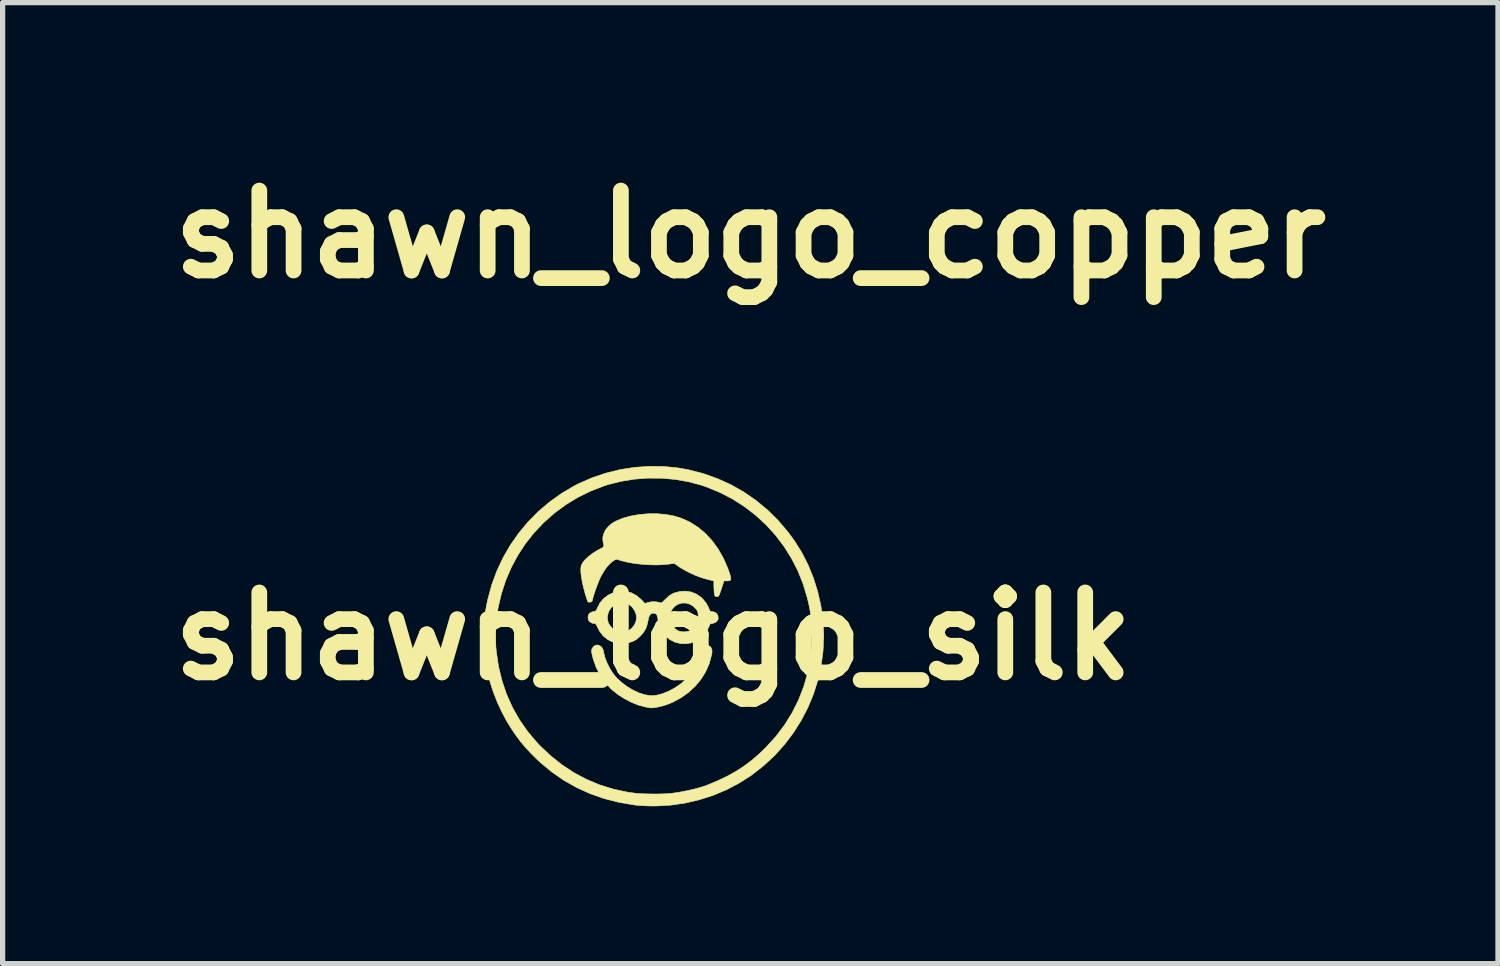
<source format=kicad_pcb>
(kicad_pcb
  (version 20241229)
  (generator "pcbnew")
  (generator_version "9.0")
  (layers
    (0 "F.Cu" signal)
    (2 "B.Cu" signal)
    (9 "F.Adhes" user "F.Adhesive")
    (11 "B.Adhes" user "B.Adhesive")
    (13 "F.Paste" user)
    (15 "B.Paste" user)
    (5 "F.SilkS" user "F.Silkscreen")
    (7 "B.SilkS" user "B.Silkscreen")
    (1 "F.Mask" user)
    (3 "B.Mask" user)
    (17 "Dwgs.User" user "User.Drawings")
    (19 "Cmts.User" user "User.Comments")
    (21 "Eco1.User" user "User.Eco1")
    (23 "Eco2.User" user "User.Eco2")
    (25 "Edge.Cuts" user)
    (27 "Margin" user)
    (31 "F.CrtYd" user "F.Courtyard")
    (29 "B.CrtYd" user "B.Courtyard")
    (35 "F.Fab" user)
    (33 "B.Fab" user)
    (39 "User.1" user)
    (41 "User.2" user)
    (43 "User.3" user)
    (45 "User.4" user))
  (footprint "shawn_logo_silk"
    (layer "F.Cu")
    (at 9.405 9.081)
    (property "Reference" "shawn_logo_silk" (at 0 0 0) (layer "F.SilkS") (effects (font (size 1.524 1.524) (thickness 0.3))))
    (attr through_hole)
    (fp_poly (pts (xy 1.054 0.176) (xy 1.095 0.205) (xy 1.111 0.232) (xy 1.12 0.259) (xy 1.122 0.288) (xy 1.118 0.328) (xy 1.111 0.362) (xy 1.068 0.523) (xy 1.001 0.675) (xy 0.913 0.818) (xy 0.805 0.949) (xy 0.678 1.067) (xy 0.535 1.17) (xy 0.376 1.256) (xy 0.344 1.27) (xy 0.261 1.303) (xy 0.175 1.33) (xy 0.092 1.35) (xy 0.017 1.363) (xy -0.043 1.367) (xy -0.07 1.364) (xy -0.096 1.359) (xy -0.137 1.351) (xy -0.165 1.345) (xy -0.284 1.313) (xy -0.411 1.262) (xy -0.541 1.195) (xy -0.667 1.116) (xy -0.796 1.012) (xy -0.91 0.889) (xy -1.007 0.751) (xy -1.086 0.599) (xy -1.144 0.437) (xy -1.162 0.366) (xy -1.172 0.316) (xy -1.177 0.283) (xy -1.175 0.26) (xy -1.167 0.239) (xy -1.162 0.229) (xy -1.129 0.188) (xy -1.087 0.168) (xy -1.041 0.17) (xy -0.997 0.195) (xy -0.991 0.2) (xy -0.969 0.229) (xy -0.953 0.267) (xy -0.941 0.323) (xy -0.941 0.324) (xy -0.917 0.416) (xy -0.878 0.515) (xy -0.826 0.616) (xy -0.766 0.71) (xy -0.701 0.79) (xy -0.697 0.794) (xy -0.602 0.882) (xy -0.497 0.961) (xy -0.385 1.027) (xy -0.272 1.08) (xy -0.161 1.115) (xy -0.057 1.132) (xy -0.025 1.133) (xy 0.073 1.123) (xy 0.181 1.094) (xy 0.294 1.048) (xy 0.406 0.988) (xy 0.515 0.915) (xy 0.587 0.856) (xy 0.66 0.781) (xy 0.729 0.689) (xy 0.791 0.588) (xy 0.842 0.484) (xy 0.879 0.382) (xy 0.897 0.299) (xy 0.912 0.247) (xy 0.938 0.203) (xy 0.971 0.174) (xy 1.001 0.165) (xy 1.054 0.176)) (stroke (width 0.01) (type solid)) (fill yes) (layer "F.SilkS"))
    (fp_poly (pts (xy 0.237 -2.322) (xy 0.393 -2.294) (xy 0.532 -2.252) (xy 0.698 -2.177) (xy 0.852 -2.079) (xy 0.994 -1.961) (xy 1.123 -1.822) (xy 1.238 -1.664) (xy 1.338 -1.488) (xy 1.422 -1.295) (xy 1.443 -1.237) (xy 1.466 -1.167) (xy 1.478 -1.118) (xy 1.479 -1.085) (xy 1.468 -1.066) (xy 1.445 -1.057) (xy 1.408 -1.054) (xy 1.403 -1.054) (xy 1.348 -1.054) (xy 1.3 -0.905) (xy 1.279 -0.843) (xy 1.264 -0.801) (xy 1.252 -0.775) (xy 1.241 -0.762) (xy 1.229 -0.756) (xy 1.213 -0.756) (xy 1.188 -0.758) (xy 1.175 -0.771) (xy 1.167 -0.801) (xy 1.166 -0.806) (xy 1.162 -0.845) (xy 1.158 -0.898) (xy 1.156 -0.953) (xy 1.156 -0.955) (xy 1.156 -1.053) (xy 1.108 -1.066) (xy 1.066 -1.076) (xy 1.016 -1.089) (xy 0.997 -1.094) (xy 0.906 -1.121) (xy 0.803 -1.161) (xy 0.697 -1.209) (xy 0.595 -1.262) (xy 0.507 -1.315) (xy 0.484 -1.331) (xy 0.403 -1.388) (xy 0.292 -1.374) (xy 0.172 -1.363) (xy 0.039 -1.359) (xy -0.099 -1.363) (xy -0.239 -1.374) (xy -0.374 -1.39) (xy -0.5 -1.413) (xy -0.61 -1.44) (xy -0.687 -1.466) (xy -0.712 -1.464) (xy -0.749 -1.446) (xy -0.792 -1.414) (xy -0.837 -1.372) (xy -0.88 -1.325) (xy -0.893 -1.308) (xy -0.93 -1.255) (xy -0.969 -1.191) (xy -1.003 -1.13) (xy -1.006 -1.124) (xy -1.027 -1.077) (xy -1.051 -1.018) (xy -1.076 -0.952) (xy -1.101 -0.884) (xy -1.123 -0.819) (xy -1.141 -0.763) (xy -1.152 -0.721) (xy -1.156 -0.7) (xy -1.164 -0.672) (xy -1.171 -0.663) (xy -1.195 -0.651) (xy -1.224 -0.649) (xy -1.246 -0.657) (xy -1.251 -0.664) (xy -1.291 -0.787) (xy -1.324 -0.908) (xy -1.351 -1.022) (xy -1.369 -1.126) (xy -1.38 -1.217) (xy -1.381 -1.291) (xy -1.374 -1.345) (xy -1.373 -1.345) (xy -1.346 -1.401) (xy -1.298 -1.461) (xy -1.231 -1.523) (xy -1.15 -1.584) (xy -1.057 -1.642) (xy -1.005 -1.669) (xy -0.967 -1.689) (xy -0.948 -1.704) (xy -0.942 -1.72) (xy -0.945 -1.742) (xy -0.946 -1.744) (xy -0.958 -1.809) (xy -0.962 -1.859) (xy -0.958 -1.903) (xy -0.945 -1.952) (xy -0.911 -2.024) (xy -0.855 -2.093) (xy -0.784 -2.154) (xy -0.716 -2.194) (xy -0.582 -2.25) (xy -0.431 -2.292) (xy -0.268 -2.321) (xy -0.099 -2.335) (xy 0.071 -2.336) (xy 0.237 -2.322)) (stroke (width 0.01) (type solid)) (fill yes) (layer "F.SilkS"))
    (fp_poly (pts (xy 0.727 -0.843) (xy 0.826 -0.802) (xy 0.915 -0.74) (xy 0.947 -0.709) (xy 1.013 -0.627) (xy 1.057 -0.543) (xy 1.066 -0.518) (xy 1.079 -0.486) (xy 1.095 -0.473) (xy 1.123 -0.47) (xy 1.173 -0.459) (xy 1.212 -0.43) (xy 1.235 -0.388) (xy 1.239 -0.339) (xy 1.233 -0.314) (xy 1.209 -0.281) (xy 1.169 -0.255) (xy 1.123 -0.242) (xy 1.113 -0.241) (xy 1.09 -0.236) (xy 1.075 -0.216) (xy 1.067 -0.194) (xy 1.04 -0.135) (xy 1 -0.07) (xy 0.951 -0.01) (xy 0.907 0.032) (xy 0.816 0.092) (xy 0.717 0.129) (xy 0.614 0.144) (xy 0.512 0.138) (xy 0.412 0.112) (xy 0.32 0.065) (xy 0.237 -0.001) (xy 0.168 -0.087) (xy 0.16 -0.1) (xy 0.138 -0.141) (xy 0.12 -0.185) (xy 0.106 -0.238) (xy 0.092 -0.306) (xy 0.084 -0.358) (xy 0.318 -0.358) (xy 0.319 -0.306) (xy 0.327 -0.269) (xy 0.342 -0.234) (xy 0.354 -0.214) (xy 0.407 -0.149) (xy 0.469 -0.106) (xy 0.516 -0.09) (xy 0.585 -0.083) (xy 0.657 -0.091) (xy 0.722 -0.113) (xy 0.739 -0.122) (xy 0.776 -0.152) (xy 0.812 -0.192) (xy 0.822 -0.206) (xy 0.84 -0.236) (xy 0.851 -0.264) (xy 0.856 -0.3) (xy 0.857 -0.351) (xy 0.857 -0.362) (xy 0.856 -0.415) (xy 0.853 -0.451) (xy 0.844 -0.478) (xy 0.829 -0.503) (xy 0.821 -0.513) (xy 0.762 -0.573) (xy 0.693 -0.613) (xy 0.618 -0.633) (xy 0.543 -0.632) (xy 0.47 -0.609) (xy 0.418 -0.575) (xy 0.364 -0.519) (xy 0.331 -0.457) (xy 0.318 -0.384) (xy 0.318 -0.358) (xy 0.084 -0.358) (xy 0.082 -0.372) (xy 0.066 -0.414) (xy 0.034 -0.437) (xy -0.011 -0.439) (xy -0.021 -0.437) (xy -0.049 -0.423) (xy -0.071 -0.396) (xy -0.088 -0.351) (xy -0.101 -0.286) (xy -0.114 -0.229) (xy -0.132 -0.171) (xy -0.148 -0.133) (xy -0.192 -0.064) (xy -0.251 0.002) (xy -0.316 0.057) (xy -0.36 0.085) (xy -0.399 0.101) (xy -0.449 0.118) (xy -0.503 0.133) (xy -0.553 0.145) (xy -0.591 0.15) (xy -0.603 0.15) (xy -0.625 0.147) (xy -0.648 0.144) (xy -0.765 0.114) (xy -0.867 0.064) (xy -0.954 -0.006) (xy -1.024 -0.095) (xy -1.077 -0.203) (xy -1.079 -0.206) (xy -1.097 -0.234) (xy -1.115 -0.241) (xy -1.162 -0.249) (xy -1.203 -0.27) (xy -1.229 -0.298) (xy -1.23 -0.3) (xy -1.235 -0.32) (xy -0.873 -0.32) (xy -0.853 -0.248) (xy -0.825 -0.203) (xy -0.786 -0.159) (xy -0.743 -0.122) (xy -0.702 -0.098) (xy -0.689 -0.094) (xy -0.659 -0.087) (xy -0.641 -0.082) (xy -0.616 -0.08) (xy -0.576 -0.083) (xy -0.53 -0.091) (xy -0.489 -0.101) (xy -0.467 -0.11) (xy -0.408 -0.153) (xy -0.361 -0.213) (xy -0.329 -0.284) (xy -0.318 -0.356) (xy -0.329 -0.426) (xy -0.359 -0.495) (xy -0.403 -0.556) (xy -0.442 -0.59) (xy -0.474 -0.61) (xy -0.502 -0.622) (xy -0.537 -0.627) (xy -0.587 -0.629) (xy -0.595 -0.629) (xy -0.647 -0.628) (xy -0.684 -0.623) (xy -0.713 -0.612) (xy -0.745 -0.593) (xy -0.749 -0.59) (xy -0.807 -0.537) (xy -0.849 -0.47) (xy -0.871 -0.396) (xy -0.873 -0.32) (xy -1.235 -0.32) (xy -1.245 -0.356) (xy -1.237 -0.404) (xy -1.209 -0.442) (xy -1.162 -0.465) (xy -1.144 -0.469) (xy -1.111 -0.475) (xy -1.092 -0.486) (xy -1.077 -0.51) (xy -1.065 -0.54) (xy -1.015 -0.637) (xy -0.945 -0.719) (xy -0.858 -0.785) (xy -0.755 -0.833) (xy -0.738 -0.839) (xy -0.629 -0.86) (xy -0.522 -0.857) (xy -0.419 -0.829) (xy -0.322 -0.777) (xy -0.232 -0.702) (xy -0.228 -0.697) (xy -0.157 -0.624) (xy -0.107 -0.642) (xy -0.029 -0.658) (xy 0.057 -0.656) (xy 0.106 -0.647) (xy 0.159 -0.634) (xy 0.242 -0.715) (xy 0.301 -0.768) (xy 0.355 -0.804) (xy 0.401 -0.825) (xy 0.511 -0.855) (xy 0.621 -0.86) (xy 0.727 -0.843)) (stroke (width 0.01) (type solid)) (fill yes) (layer "F.SilkS"))
    (fp_poly (pts (xy 0.198 -3.237) (xy 0.473 -3.21) (xy 0.673 -3.174) (xy 0.954 -3.102) (xy 1.223 -3.006) (xy 1.482 -2.889) (xy 1.727 -2.75) (xy 1.96 -2.589) (xy 2.179 -2.408) (xy 2.383 -2.206) (xy 2.571 -1.985) (xy 2.695 -1.816) (xy 2.834 -1.594) (xy 2.955 -1.356) (xy 3.056 -1.106) (xy 3.137 -0.846) (xy 3.197 -0.58) (xy 3.236 -0.311) (xy 3.251 -0.041) (xy 3.251 0) (xy 3.238 0.284) (xy 3.201 0.563) (xy 3.14 0.836) (xy 3.056 1.102) (xy 2.95 1.359) (xy 2.821 1.606) (xy 2.672 1.842) (xy 2.503 2.065) (xy 2.315 2.274) (xy 2.107 2.467) (xy 1.881 2.644) (xy 1.873 2.65) (xy 1.642 2.798) (xy 1.398 2.927) (xy 1.142 3.034) (xy 0.876 3.119) (xy 0.605 3.182) (xy 0.328 3.222) (xy 0.05 3.237) (xy -0.004 3.237) (xy -0.089 3.236) (xy -0.177 3.232) (xy -0.26 3.227) (xy -0.329 3.221) (xy -0.356 3.218) (xy -0.651 3.168) (xy -0.934 3.096) (xy -1.203 3.002) (xy -1.459 2.886) (xy -1.702 2.749) (xy -1.933 2.589) (xy -2.151 2.408) (xy -2.227 2.337) (xy -2.343 2.221) (xy -2.443 2.113) (xy -2.534 2.003) (xy -2.622 1.885) (xy -2.685 1.793) (xy -2.788 1.628) (xy -2.884 1.449) (xy -2.971 1.262) (xy -3.046 1.072) (xy -3.107 0.887) (xy -3.148 0.724) (xy -3.169 0.625) (xy -3.185 0.542) (xy -3.198 0.47) (xy -3.207 0.403) (xy -3.213 0.336) (xy -3.216 0.264) (xy -3.219 0.18) (xy -3.219 0.081) (xy -3.219 0) (xy -3.219 -0.047) (xy -3.008 -0.047) (xy -3.007 0.073) (xy -3 0.2) (xy -2.99 0.302) (xy -2.949 0.58) (xy -2.884 0.848) (xy -2.796 1.106) (xy -2.686 1.353) (xy -2.553 1.589) (xy -2.398 1.812) (xy -2.22 2.023) (xy -2.166 2.081) (xy -1.959 2.277) (xy -1.742 2.45) (xy -1.513 2.601) (xy -1.274 2.728) (xy -1.024 2.833) (xy -0.764 2.914) (xy -0.495 2.972) (xy -0.362 2.991) (xy -0.281 2.999) (xy -0.182 3.004) (xy -0.072 3.007) (xy 0.042 3.008) (xy 0.153 3.007) (xy 0.254 3.003) (xy 0.332 2.997) (xy 0.433 2.984) (xy 0.545 2.965) (xy 0.662 2.942) (xy 0.778 2.915) (xy 0.885 2.886) (xy 0.978 2.858) (xy 1.029 2.839) (xy 1.232 2.754) (xy 1.414 2.667) (xy 1.579 2.575) (xy 1.732 2.476) (xy 1.878 2.366) (xy 2.02 2.244) (xy 2.153 2.115) (xy 2.34 1.909) (xy 2.505 1.69) (xy 2.649 1.459) (xy 2.77 1.217) (xy 2.868 0.965) (xy 2.94 0.718) (xy 2.962 0.622) (xy 2.98 0.54) (xy 2.993 0.464) (xy 3.003 0.391) (xy 3.009 0.314) (xy 3.013 0.229) (xy 3.015 0.129) (xy 3.016 0.009) (xy 3.016 0) (xy 3.016 -0.125) (xy 3.013 -0.229) (xy 3.009 -0.32) (xy 3.002 -0.4) (xy 2.992 -0.478) (xy 2.978 -0.556) (xy 2.959 -0.642) (xy 2.938 -0.73) (xy 2.859 -0.993) (xy 2.759 -1.245) (xy 2.636 -1.485) (xy 2.494 -1.712) (xy 2.332 -1.926) (xy 2.152 -2.124) (xy 1.955 -2.305) (xy 1.743 -2.469) (xy 1.515 -2.615) (xy 1.274 -2.74) (xy 1.019 -2.845) (xy 0.914 -2.881) (xy 0.67 -2.946) (xy 0.417 -2.99) (xy 0.157 -3.013) (xy -0.105 -3.014) (xy -0.365 -2.994) (xy -0.62 -2.952) (xy -0.866 -2.89) (xy -0.933 -2.868) (xy -1.192 -2.768) (xy -1.437 -2.648) (xy -1.668 -2.507) (xy -1.884 -2.348) (xy -2.084 -2.171) (xy -2.268 -1.978) (xy -2.433 -1.77) (xy -2.579 -1.548) (xy -2.705 -1.314) (xy -2.811 -1.068) (xy -2.895 -0.811) (xy -2.957 -0.545) (xy -2.991 -0.307) (xy -3.003 -0.17) (xy -3.008 -0.047) (xy -3.219 -0.047) (xy -3.219 -0.124) (xy -3.217 -0.228) (xy -3.213 -0.317) (xy -3.208 -0.396) (xy -3.199 -0.47) (xy -3.187 -0.545) (xy -3.171 -0.625) (xy -3.154 -0.705) (xy -3.08 -0.978) (xy -2.983 -1.242) (xy -2.864 -1.496) (xy -2.724 -1.738) (xy -2.564 -1.967) (xy -2.385 -2.182) (xy -2.188 -2.381) (xy -1.974 -2.562) (xy -1.745 -2.725) (xy -1.501 -2.869) (xy -1.42 -2.91) (xy -1.167 -3.021) (xy -0.904 -3.11) (xy -0.633 -3.177) (xy -0.357 -3.22) (xy -0.08 -3.24) (xy 0.198 -3.237)) (stroke (width 0.01) (type solid)) (fill yes) (layer "F.SilkS")))
  (footprint "shawn_logo_copper"
    (layer "F.Cu")
    (at 11.256 1.418)
    (property "Reference" "shawn_logo_copper" (at 0 0 0) (layer "F.SilkS") (effects (font (size 1.524 1.524) (thickness 0.3))))
    (attr through_hole)
    (fp_poly (pts (xy 0.753 -0.49) (xy 0.79 -0.47) (xy 0.819 -0.431) (xy 0.827 -0.416) (xy 0.838 -0.392) (xy 0.845 -0.369) (xy 0.849 -0.34) (xy 0.849 -0.301) (xy 0.847 -0.245) (xy 0.845 -0.204) (xy 0.841 -0.125) (xy 0.838 -0.063) (xy 0.837 -0.013) (xy 0.838 0.035) (xy 0.839 0.085) (xy 0.843 0.147) (xy 0.845 0.192) (xy 0.848 0.284) (xy 0.844 0.354) (xy 0.831 0.406) (xy 0.81 0.443) (xy 0.778 0.47) (xy 0.764 0.478) (xy 0.738 0.488) (xy 0.716 0.493) (xy 0.689 0.491) (xy 0.648 0.482) (xy 0.629 0.477) (xy 0.502 0.432) (xy 0.376 0.365) (xy 0.257 0.277) (xy 0.157 0.182) (xy 0.092 0.111) (xy 0.046 0.128) (xy 0.008 0.138) (xy -0.026 0.135) (xy -0.046 0.128) (xy -0.092 0.111) (xy -0.157 0.182) (xy -0.268 0.287) (xy -0.39 0.373) (xy -0.517 0.439) (xy -0.609 0.472) (xy -0.662 0.486) (xy -0.698 0.493) (xy -0.725 0.492) (xy -0.75 0.485) (xy -0.77 0.475) (xy -0.804 0.451) (xy -0.828 0.415) (xy -0.842 0.364) (xy -0.848 0.294) (xy -0.846 0.204) (xy -0.845 0.192) (xy -0.841 0.121) (xy -0.838 0.064) (xy -0.837 0.016) (xy -0.838 -0.032) (xy -0.839 -0.086) (xy -0.843 -0.154) (xy -0.845 -0.204) (xy -0.849 -0.272) (xy -0.849 -0.32) (xy -0.848 -0.354) (xy -0.843 -0.379) (xy -0.834 -0.402) (xy -0.827 -0.416) (xy -0.798 -0.461) (xy -0.764 -0.486) (xy -0.718 -0.495) (xy -0.702 -0.495) (xy -0.627 -0.485) (xy -0.541 -0.457) (xy -0.448 -0.413) (xy -0.354 -0.355) (xy -0.262 -0.286) (xy -0.177 -0.209) (xy -0.167 -0.198) (xy -0.129 -0.159) (xy -0.103 -0.135) (xy -0.086 -0.125) (xy -0.073 -0.126) (xy -0.06 -0.133) (xy -0.015 -0.151) (xy 0.034 -0.146) (xy 0.06 -0.133) (xy 0.074 -0.125) (xy 0.087 -0.125) (xy 0.104 -0.136) (xy 0.13 -0.16) (xy 0.167 -0.198) (xy 0.251 -0.277) (xy 0.342 -0.347) (xy 0.436 -0.406) (xy 0.529 -0.452) (xy 0.616 -0.483) (xy 0.693 -0.495) (xy 0.702 -0.495) (xy 0.753 -0.49)) (stroke (width 0.01) (type solid)) (fill yes) (layer "F.Mask")))
  (gr_rect
    (start -3 -3)
    (end 25.512 15.323)
    (stroke (width 0.1) (type default))
    (fill no)
    (layer "Edge.Cuts")))
</source>
